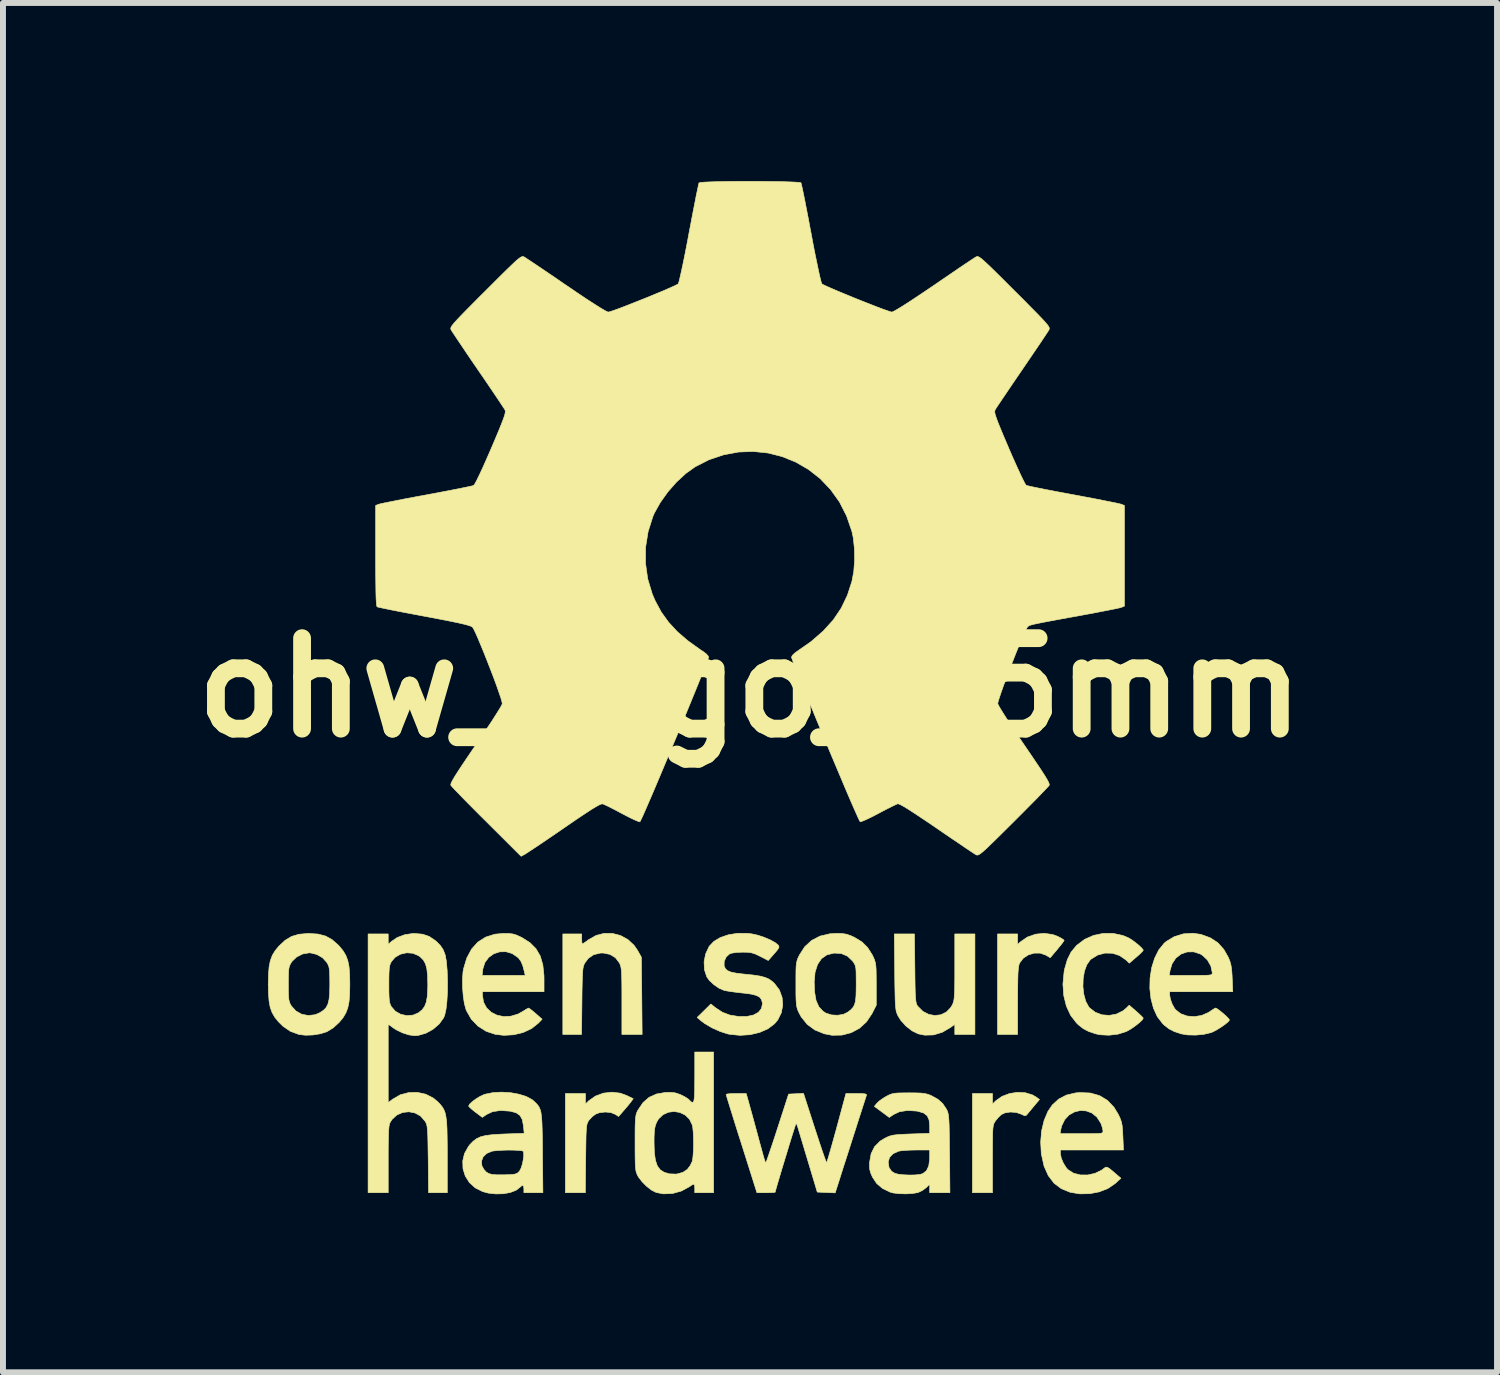
<source format=kicad_pcb>
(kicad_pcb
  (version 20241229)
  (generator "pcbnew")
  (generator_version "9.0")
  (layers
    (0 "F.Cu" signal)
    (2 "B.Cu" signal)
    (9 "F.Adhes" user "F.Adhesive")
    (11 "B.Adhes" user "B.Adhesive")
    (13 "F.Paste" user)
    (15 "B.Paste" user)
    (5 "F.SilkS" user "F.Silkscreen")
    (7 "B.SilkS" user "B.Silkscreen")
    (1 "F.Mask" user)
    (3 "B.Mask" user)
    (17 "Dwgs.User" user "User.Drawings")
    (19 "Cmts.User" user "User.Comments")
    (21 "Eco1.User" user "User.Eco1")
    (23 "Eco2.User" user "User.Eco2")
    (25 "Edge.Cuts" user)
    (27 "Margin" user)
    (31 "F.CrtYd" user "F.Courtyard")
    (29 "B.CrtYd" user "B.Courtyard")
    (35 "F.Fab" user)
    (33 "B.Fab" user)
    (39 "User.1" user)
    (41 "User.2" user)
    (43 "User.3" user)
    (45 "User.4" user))
  (footprint "ohw_logo_25mm"
    (layer "F.Cu")
    (at 9.587 8.537)
    (property "Reference" "ohw_logo_25mm" (at 0 0 0) (layer "F.SilkS") (effects (font (size 1.524 1.524) (thickness 0.3))))
    (attr through_hole)
    (fp_poly (pts (xy 5.101 4.159) (xy 5.182 4.189) (xy 5.242 4.22) (xy 5.281 4.245) (xy 5.292 4.257) (xy 5.279 4.279) (xy 5.245 4.325) (xy 5.195 4.386) (xy 5.175 4.411) (xy 5.058 4.549) (xy 4.983 4.505) (xy 4.889 4.472) (xy 4.787 4.472) (xy 4.688 4.502) (xy 4.603 4.558) (xy 4.543 4.637) (xy 4.538 4.649) (xy 4.528 4.682) (xy 4.521 4.733) (xy 4.515 4.808) (xy 4.512 4.909) (xy 4.51 5.043) (xy 4.509 5.213) (xy 4.508 5.28) (xy 4.508 5.842) (xy 4.17 5.842) (xy 4.17 4.149) (xy 4.508 4.149) (xy 4.508 4.325) (xy 4.556 4.282) (xy 4.674 4.201) (xy 4.811 4.153) (xy 4.956 4.138) (xy 5.101 4.159)) (stroke (width 0.01) (type solid)) (fill yes) (layer "F.SilkS"))
    (fp_poly (pts (xy -2.187 6.831) (xy -2.078 6.871) (xy -1.968 6.925) (xy -2.01 6.982) (xy -2.048 7.03) (xy -2.1 7.092) (xy -2.134 7.131) (xy -2.215 7.224) (xy -2.272 7.187) (xy -2.345 7.158) (xy -2.438 7.149) (xy -2.532 7.159) (xy -2.597 7.182) (xy -2.655 7.224) (xy -2.708 7.28) (xy -2.713 7.286) (xy -2.728 7.308) (xy -2.739 7.331) (xy -2.748 7.36) (xy -2.754 7.401) (xy -2.759 7.459) (xy -2.763 7.538) (xy -2.765 7.645) (xy -2.767 7.785) (xy -2.769 7.932) (xy -2.775 8.509) (xy -3.111 8.509) (xy -3.111 6.837) (xy -2.773 6.837) (xy -2.773 7.014) (xy -2.715 6.958) (xy -2.603 6.88) (xy -2.471 6.831) (xy -2.329 6.815) (xy -2.187 6.831)) (stroke (width 0.01) (type solid)) (fill yes) (layer "F.SilkS"))
    (fp_poly (pts (xy 4.637 6.824) (xy 4.757 6.86) (xy 4.826 6.9) (xy 4.877 6.939) (xy 4.793 7.038) (xy 4.742 7.1) (xy 4.698 7.153) (xy 4.676 7.18) (xy 4.652 7.206) (xy 4.628 7.211) (xy 4.588 7.194) (xy 4.57 7.185) (xy 4.484 7.156) (xy 4.387 7.149) (xy 4.296 7.163) (xy 4.236 7.191) (xy 4.186 7.237) (xy 4.137 7.296) (xy 4.133 7.302) (xy 4.119 7.325) (xy 4.107 7.348) (xy 4.099 7.378) (xy 4.093 7.42) (xy 4.089 7.478) (xy 4.087 7.56) (xy 4.086 7.669) (xy 4.085 7.811) (xy 4.085 7.941) (xy 4.085 8.509) (xy 3.747 8.509) (xy 3.747 6.837) (xy 4.085 6.837) (xy 4.085 7.014) (xy 4.143 6.958) (xy 4.247 6.885) (xy 4.371 6.838) (xy 4.505 6.817) (xy 4.637 6.824)) (stroke (width 0.01) (type solid)) (fill yes) (layer "F.SilkS"))
    (fp_poly (pts (xy -2.318 4.14) (xy -2.183 4.175) (xy -2.059 4.242) (xy -1.954 4.34) (xy -1.896 4.424) (xy -1.831 4.54) (xy -1.824 5.191) (xy -1.818 5.842) (xy -2.159 5.842) (xy -2.159 5.28) (xy -2.159 5.11) (xy -2.16 4.976) (xy -2.162 4.874) (xy -2.165 4.798) (xy -2.17 4.742) (xy -2.177 4.7) (xy -2.186 4.669) (xy -2.199 4.641) (xy -2.202 4.635) (xy -2.268 4.549) (xy -2.36 4.493) (xy -2.472 4.47) (xy -2.524 4.471) (xy -2.637 4.499) (xy -2.726 4.561) (xy -2.783 4.638) (xy -2.796 4.662) (xy -2.806 4.691) (xy -2.814 4.728) (xy -2.82 4.781) (xy -2.824 4.853) (xy -2.827 4.951) (xy -2.83 5.079) (xy -2.832 5.244) (xy -2.832 5.276) (xy -2.839 5.842) (xy -3.154 5.842) (xy -3.154 4.149) (xy -2.836 4.149) (xy -2.836 4.233) (xy -2.834 4.286) (xy -2.828 4.316) (xy -2.826 4.318) (xy -2.805 4.306) (xy -2.761 4.276) (xy -2.721 4.246) (xy -2.594 4.174) (xy -2.458 4.139) (xy -2.318 4.14)) (stroke (width 0.01) (type solid)) (fill yes) (layer "F.SilkS"))
    (fp_poly (pts (xy 2.777 4.729) (xy 2.779 4.902) (xy 2.781 5.037) (xy 2.784 5.141) (xy 2.788 5.217) (xy 2.793 5.272) (xy 2.8 5.311) (xy 2.808 5.338) (xy 2.82 5.358) (xy 2.827 5.368) (xy 2.912 5.453) (xy 3.01 5.504) (xy 3.114 5.523) (xy 3.216 5.51) (xy 3.308 5.465) (xy 3.382 5.388) (xy 3.408 5.345) (xy 3.421 5.315) (xy 3.431 5.283) (xy 3.438 5.242) (xy 3.443 5.188) (xy 3.447 5.114) (xy 3.449 5.014) (xy 3.45 4.885) (xy 3.45 4.718) (xy 3.45 4.703) (xy 3.45 4.149) (xy 3.789 4.149) (xy 3.789 5.842) (xy 3.45 5.842) (xy 3.45 5.671) (xy 3.381 5.722) (xy 3.24 5.805) (xy 3.092 5.85) (xy 2.943 5.854) (xy 2.834 5.832) (xy 2.73 5.781) (xy 2.627 5.701) (xy 2.54 5.604) (xy 2.494 5.53) (xy 2.48 5.5) (xy 2.469 5.47) (xy 2.46 5.435) (xy 2.454 5.39) (xy 2.449 5.33) (xy 2.445 5.249) (xy 2.443 5.142) (xy 2.44 5.004) (xy 2.438 4.831) (xy 2.438 4.789) (xy 2.431 4.149) (xy 2.77 4.149) (xy 2.777 4.729)) (stroke (width 0.01) (type solid)) (fill yes) (layer "F.SilkS"))
    (fp_poly (pts (xy 6.121 4.14) (xy 6.285 4.176) (xy 6.377 4.215) (xy 6.432 4.248) (xy 6.494 4.294) (xy 6.553 4.342) (xy 6.6 4.387) (xy 6.624 4.418) (xy 6.625 4.424) (xy 6.61 4.444) (xy 6.571 4.484) (xy 6.515 4.534) (xy 6.507 4.54) (xy 6.39 4.641) (xy 6.333 4.586) (xy 6.227 4.513) (xy 6.107 4.474) (xy 5.982 4.471) (xy 5.86 4.503) (xy 5.75 4.57) (xy 5.73 4.588) (xy 5.674 4.668) (xy 5.634 4.777) (xy 5.613 4.903) (xy 5.609 5.037) (xy 5.624 5.167) (xy 5.656 5.284) (xy 5.707 5.378) (xy 5.721 5.394) (xy 5.816 5.468) (xy 5.929 5.511) (xy 6.052 5.521) (xy 6.173 5.499) (xy 6.284 5.444) (xy 6.333 5.404) (xy 6.389 5.35) (xy 6.507 5.452) (xy 6.564 5.503) (xy 6.606 5.544) (xy 6.625 5.567) (xy 6.625 5.568) (xy 6.609 5.596) (xy 6.565 5.639) (xy 6.504 5.688) (xy 6.435 5.737) (xy 6.368 5.778) (xy 6.338 5.793) (xy 6.2 5.837) (xy 6.046 5.855) (xy 5.895 5.847) (xy 5.826 5.832) (xy 5.708 5.793) (xy 5.617 5.746) (xy 5.535 5.682) (xy 5.503 5.651) (xy 5.403 5.522) (xy 5.33 5.365) (xy 5.286 5.188) (xy 5.272 4.995) (xy 5.291 4.793) (xy 5.301 4.738) (xy 5.346 4.582) (xy 5.409 4.455) (xy 5.497 4.348) (xy 5.505 4.34) (xy 5.637 4.24) (xy 5.789 4.173) (xy 5.953 4.139) (xy 6.121 4.14)) (stroke (width 0.01) (type solid)) (fill yes) (layer "F.SilkS"))
    (fp_poly (pts (xy -4.065 4.141) (xy -3.997 4.149) (xy -3.936 4.167) (xy -3.862 4.201) (xy -3.84 4.212) (xy -3.708 4.296) (xy -3.607 4.397) (xy -3.535 4.52) (xy -3.491 4.67) (xy -3.472 4.85) (xy -3.471 4.915) (xy -3.471 5.122) (xy -4.508 5.122) (xy -4.508 5.184) (xy -4.49 5.299) (xy -4.439 5.394) (xy -4.361 5.468) (xy -4.264 5.517) (xy -4.151 5.541) (xy -4.032 5.535) (xy -3.91 5.499) (xy -3.822 5.45) (xy -3.772 5.418) (xy -3.737 5.4) (xy -3.73 5.398) (xy -3.707 5.412) (xy -3.663 5.446) (xy -3.609 5.492) (xy -3.503 5.585) (xy -3.567 5.652) (xy -3.68 5.742) (xy -3.82 5.808) (xy -3.979 5.847) (xy -4.146 5.857) (xy -4.289 5.841) (xy -4.446 5.789) (xy -4.583 5.702) (xy -4.696 5.585) (xy -4.778 5.441) (xy -4.786 5.42) (xy -4.813 5.321) (xy -4.832 5.194) (xy -4.843 5.054) (xy -4.845 4.914) (xy -4.84 4.847) (xy -4.514 4.847) (xy -3.788 4.847) (xy -3.801 4.789) (xy -3.828 4.686) (xy -3.858 4.614) (xy -3.896 4.56) (xy -3.911 4.545) (xy -4.007 4.479) (xy -4.112 4.448) (xy -4.218 4.45) (xy -4.318 4.483) (xy -4.403 4.544) (xy -4.467 4.63) (xy -4.502 4.739) (xy -4.503 4.752) (xy -4.514 4.847) (xy -4.84 4.847) (xy -4.836 4.79) (xy -4.827 4.737) (xy -4.772 4.554) (xy -4.691 4.403) (xy -4.585 4.285) (xy -4.454 4.202) (xy -4.3 4.153) (xy -4.157 4.14) (xy -4.065 4.141)) (stroke (width 0.01) (type solid)) (fill yes) (layer "F.SilkS"))
    (fp_poly (pts (xy 5.734 6.829) (xy 5.889 6.873) (xy 6.022 6.953) (xy 6.132 7.069) (xy 6.205 7.189) (xy 6.236 7.256) (xy 6.257 7.315) (xy 6.27 7.379) (xy 6.277 7.461) (xy 6.282 7.558) (xy 6.292 7.789) (xy 5.228 7.789) (xy 5.229 7.848) (xy 5.243 7.924) (xy 5.279 8.01) (xy 5.328 8.088) (xy 5.358 8.121) (xy 5.451 8.18) (xy 5.565 8.209) (xy 5.688 8.21) (xy 5.811 8.183) (xy 5.924 8.129) (xy 5.973 8.091) (xy 5.995 8.078) (xy 6.019 8.08) (xy 6.055 8.101) (xy 6.111 8.146) (xy 6.129 8.162) (xy 6.249 8.265) (xy 6.15 8.355) (xy 6.03 8.437) (xy 5.885 8.494) (xy 5.723 8.525) (xy 5.555 8.528) (xy 5.393 8.501) (xy 5.244 8.44) (xy 5.121 8.347) (xy 5.025 8.22) (xy 4.954 8.061) (xy 4.911 7.868) (xy 4.907 7.844) (xy 4.897 7.652) (xy 4.909 7.514) (xy 5.223 7.514) (xy 5.586 7.514) (xy 5.717 7.514) (xy 5.812 7.513) (xy 5.877 7.511) (xy 5.917 7.506) (xy 5.938 7.498) (xy 5.946 7.486) (xy 5.947 7.47) (xy 5.947 7.467) (xy 5.938 7.418) (xy 5.917 7.353) (xy 5.908 7.333) (xy 5.843 7.233) (xy 5.76 7.166) (xy 5.664 7.13) (xy 5.563 7.124) (xy 5.465 7.148) (xy 5.375 7.199) (xy 5.302 7.278) (xy 5.251 7.382) (xy 5.238 7.435) (xy 5.223 7.514) (xy 4.909 7.514) (xy 4.913 7.465) (xy 4.955 7.291) (xy 5.019 7.139) (xy 5.093 7.03) (xy 5.202 6.93) (xy 5.332 6.863) (xy 5.486 6.827) (xy 5.556 6.821) (xy 5.734 6.829)) (stroke (width 0.01) (type solid)) (fill yes) (layer "F.SilkS"))
    (fp_poly (pts (xy 1.556 4.142) (xy 1.629 4.154) (xy 1.702 4.18) (xy 1.762 4.208) (xy 1.885 4.283) (xy 1.981 4.378) (xy 2.06 4.502) (xy 2.08 4.544) (xy 2.098 4.586) (xy 2.11 4.628) (xy 2.119 4.678) (xy 2.124 4.745) (xy 2.126 4.836) (xy 2.127 4.959) (xy 2.127 4.997) (xy 2.127 5.349) (xy 2.053 5.494) (xy 1.961 5.631) (xy 1.842 5.739) (xy 1.702 5.813) (xy 1.547 5.853) (xy 1.382 5.856) (xy 1.251 5.831) (xy 1.093 5.767) (xy 0.964 5.673) (xy 0.862 5.546) (xy 0.817 5.462) (xy 0.801 5.423) (xy 0.789 5.382) (xy 0.781 5.331) (xy 0.776 5.263) (xy 0.773 5.171) (xy 0.773 5.046) (xy 0.773 4.995) (xy 0.773 4.956) (xy 1.081 4.956) (xy 1.088 5.128) (xy 1.112 5.268) (xy 1.159 5.375) (xy 1.229 5.451) (xy 1.279 5.483) (xy 1.373 5.513) (xy 1.477 5.519) (xy 1.576 5.502) (xy 1.645 5.468) (xy 1.698 5.427) (xy 1.736 5.386) (xy 1.761 5.34) (xy 1.777 5.28) (xy 1.785 5.198) (xy 1.788 5.086) (xy 1.789 4.997) (xy 1.788 4.876) (xy 1.787 4.79) (xy 1.783 4.729) (xy 1.775 4.687) (xy 1.762 4.656) (xy 1.743 4.626) (xy 1.728 4.605) (xy 1.641 4.522) (xy 1.537 4.478) (xy 1.414 4.471) (xy 1.412 4.472) (xy 1.295 4.501) (xy 1.204 4.565) (xy 1.138 4.662) (xy 1.096 4.793) (xy 1.081 4.956) (xy 0.773 4.956) (xy 0.773 4.861) (xy 0.774 4.762) (xy 0.777 4.689) (xy 0.784 4.635) (xy 0.794 4.592) (xy 0.809 4.552) (xy 0.83 4.508) (xy 0.832 4.504) (xy 0.922 4.364) (xy 1.038 4.258) (xy 1.18 4.185) (xy 1.346 4.146) (xy 1.462 4.139) (xy 1.556 4.142)) (stroke (width 0.01) (type solid)) (fill yes) (layer "F.SilkS"))
    (fp_poly (pts (xy 7.595 4.156) (xy 7.753 4.213) (xy 7.881 4.296) (xy 7.983 4.41) (xy 8.057 4.54) (xy 8.085 4.608) (xy 8.103 4.674) (xy 8.115 4.75) (xy 8.122 4.851) (xy 8.124 4.895) (xy 8.133 5.122) (xy 7.07 5.122) (xy 7.07 5.176) (xy 7.082 5.246) (xy 7.112 5.329) (xy 7.153 5.403) (xy 7.171 5.426) (xy 7.258 5.494) (xy 7.366 5.532) (xy 7.486 5.542) (xy 7.609 5.522) (xy 7.724 5.472) (xy 7.761 5.447) (xy 7.808 5.416) (xy 7.84 5.398) (xy 7.844 5.397) (xy 7.871 5.41) (xy 7.916 5.443) (xy 7.969 5.486) (xy 8.021 5.532) (xy 8.06 5.572) (xy 8.078 5.597) (xy 8.078 5.599) (xy 8.055 5.629) (xy 8.005 5.671) (xy 7.938 5.718) (xy 7.866 5.763) (xy 7.799 5.798) (xy 7.768 5.811) (xy 7.646 5.84) (xy 7.507 5.853) (xy 7.372 5.85) (xy 7.265 5.832) (xy 7.148 5.793) (xy 7.058 5.747) (xy 6.979 5.685) (xy 6.951 5.658) (xy 6.862 5.542) (xy 6.797 5.399) (xy 6.755 5.238) (xy 6.736 5.066) (xy 6.74 4.891) (xy 6.747 4.847) (xy 7.064 4.847) (xy 7.427 4.847) (xy 7.558 4.847) (xy 7.653 4.846) (xy 7.718 4.844) (xy 7.758 4.839) (xy 7.779 4.831) (xy 7.787 4.819) (xy 7.788 4.803) (xy 7.788 4.8) (xy 7.764 4.688) (xy 7.706 4.587) (xy 7.621 4.507) (xy 7.586 4.486) (xy 7.474 4.45) (xy 7.363 4.452) (xy 7.261 4.488) (xy 7.174 4.556) (xy 7.111 4.651) (xy 7.078 4.758) (xy 7.064 4.847) (xy 6.747 4.847) (xy 6.767 4.719) (xy 6.816 4.56) (xy 6.886 4.419) (xy 6.978 4.305) (xy 7.013 4.275) (xy 7.149 4.194) (xy 7.302 4.147) (xy 7.463 4.137) (xy 7.595 4.156)) (stroke (width 0.01) (type solid)) (fill yes) (layer "F.SilkS"))
    (fp_poly (pts (xy -7.276 4.151) (xy -7.15 4.185) (xy -7.04 4.246) (xy -6.935 4.339) (xy -6.921 4.354) (xy -6.857 4.432) (xy -6.81 4.51) (xy -6.777 4.598) (xy -6.756 4.702) (xy -6.746 4.832) (xy -6.743 4.995) (xy -6.743 4.995) (xy -6.746 5.159) (xy -6.756 5.289) (xy -6.777 5.393) (xy -6.81 5.48) (xy -6.857 5.559) (xy -6.921 5.637) (xy -6.921 5.637) (xy -7.021 5.729) (xy -7.124 5.793) (xy -7.135 5.798) (xy -7.24 5.831) (xy -7.365 5.851) (xy -7.49 5.855) (xy -7.597 5.843) (xy -7.604 5.841) (xy -7.745 5.789) (xy -7.869 5.704) (xy -7.945 5.629) (xy -8.007 5.552) (xy -8.053 5.472) (xy -8.085 5.383) (xy -8.104 5.275) (xy -8.114 5.14) (xy -8.117 4.995) (xy -7.779 4.995) (xy -7.778 5.113) (xy -7.776 5.196) (xy -7.77 5.255) (xy -7.76 5.298) (xy -7.745 5.334) (xy -7.729 5.361) (xy -7.653 5.446) (xy -7.555 5.501) (xy -7.444 5.523) (xy -7.33 5.51) (xy -7.251 5.477) (xy -7.188 5.436) (xy -7.143 5.39) (xy -7.112 5.331) (xy -7.093 5.253) (xy -7.083 5.149) (xy -7.08 5.009) (xy -7.08 4.995) (xy -7.081 4.878) (xy -7.083 4.795) (xy -7.089 4.736) (xy -7.098 4.693) (xy -7.114 4.657) (xy -7.131 4.628) (xy -7.203 4.549) (xy -7.299 4.494) (xy -7.407 4.468) (xy -7.429 4.467) (xy -7.538 4.486) (xy -7.638 4.536) (xy -7.716 4.61) (xy -7.728 4.628) (xy -7.749 4.664) (xy -7.763 4.7) (xy -7.772 4.746) (xy -7.776 4.808) (xy -7.778 4.898) (xy -7.779 4.995) (xy -8.117 4.995) (xy -8.113 4.832) (xy -8.103 4.702) (xy -8.082 4.598) (xy -8.049 4.51) (xy -8.002 4.432) (xy -7.938 4.354) (xy -7.938 4.354) (xy -7.833 4.256) (xy -7.725 4.191) (xy -7.601 4.154) (xy -7.452 4.141) (xy -7.429 4.141) (xy -7.276 4.151)) (stroke (width 0.01) (type solid)) (fill yes) (layer "F.SilkS"))
    (fp_poly (pts (xy -0.614 8.509) (xy -0.931 8.509) (xy -0.931 8.435) (xy -0.934 8.383) (xy -0.947 8.365) (xy -0.98 8.378) (xy -1.016 8.404) (xy -1.156 8.48) (xy -1.307 8.522) (xy -1.46 8.528) (xy -1.583 8.504) (xy -1.658 8.466) (xy -1.741 8.402) (xy -1.819 8.324) (xy -1.88 8.244) (xy -1.89 8.226) (xy -1.905 8.195) (xy -1.917 8.163) (xy -1.925 8.124) (xy -1.931 8.072) (xy -1.934 8) (xy -1.936 7.902) (xy -1.937 7.772) (xy -1.937 7.673) (xy -1.617 7.673) (xy -1.612 7.835) (xy -1.594 7.961) (xy -1.563 8.054) (xy -1.515 8.121) (xy -1.449 8.164) (xy -1.361 8.19) (xy -1.355 8.191) (xy -1.238 8.195) (xy -1.132 8.166) (xy -1.057 8.116) (xy -1.009 8.054) (xy -0.975 7.983) (xy -0.972 7.975) (xy -0.962 7.91) (xy -0.955 7.817) (xy -0.952 7.707) (xy -0.953 7.594) (xy -0.957 7.489) (xy -0.965 7.406) (xy -0.973 7.368) (xy -1.02 7.271) (xy -1.092 7.2) (xy -1.181 7.157) (xy -1.279 7.14) (xy -1.377 7.153) (xy -1.466 7.194) (xy -1.54 7.264) (xy -1.573 7.32) (xy -1.593 7.371) (xy -1.606 7.424) (xy -1.613 7.491) (xy -1.617 7.582) (xy -1.617 7.673) (xy -1.937 7.673) (xy -1.937 7.52) (xy -1.936 7.403) (xy -1.933 7.315) (xy -1.929 7.252) (xy -1.922 7.205) (xy -1.913 7.17) (xy -1.9 7.139) (xy -1.89 7.12) (xy -1.804 6.992) (xy -1.7 6.901) (xy -1.575 6.845) (xy -1.428 6.82) (xy -1.334 6.818) (xy -1.261 6.826) (xy -1.191 6.849) (xy -1.17 6.857) (xy -1.102 6.891) (xy -1.046 6.926) (xy -1.025 6.945) (xy -0.995 6.975) (xy -0.972 6.988) (xy -0.956 6.981) (xy -0.944 6.95) (xy -0.937 6.89) (xy -0.933 6.798) (xy -0.932 6.671) (xy -0.931 6.562) (xy -0.931 6.138) (xy -0.614 6.138) (xy -0.614 8.509)) (stroke (width 0.01) (type solid)) (fill yes) (layer "F.SilkS"))
    (fp_poly (pts (xy 0.032 4.148) (xy 0.132 4.17) (xy 0.239 4.206) (xy 0.34 4.249) (xy 0.422 4.294) (xy 0.471 4.333) (xy 0.486 4.355) (xy 0.486 4.379) (xy 0.466 4.412) (xy 0.422 4.465) (xy 0.406 4.483) (xy 0.307 4.596) (xy 0.171 4.526) (xy 0.092 4.488) (xy 0.027 4.467) (xy -0.044 4.457) (xy -0.127 4.456) (xy -0.227 4.46) (xy -0.306 4.472) (xy -0.345 4.485) (xy -0.401 4.536) (xy -0.435 4.609) (xy -0.437 4.685) (xy -0.436 4.688) (xy -0.416 4.733) (xy -0.38 4.767) (xy -0.319 4.792) (xy -0.23 4.81) (xy -0.105 4.825) (xy -0.083 4.827) (xy 0.061 4.842) (xy 0.17 4.859) (xy 0.254 4.881) (xy 0.32 4.91) (xy 0.376 4.95) (xy 0.414 4.986) (xy 0.495 5.094) (xy 0.54 5.218) (xy 0.551 5.348) (xy 0.527 5.477) (xy 0.468 5.596) (xy 0.414 5.661) (xy 0.302 5.746) (xy 0.162 5.808) (xy 0.002 5.846) (xy -0.168 5.857) (xy -0.34 5.84) (xy -0.375 5.833) (xy -0.504 5.792) (xy -0.64 5.731) (xy -0.763 5.659) (xy -0.824 5.613) (xy -0.891 5.556) (xy -0.776 5.443) (xy -0.66 5.329) (xy -0.579 5.394) (xy -0.466 5.468) (xy -0.343 5.515) (xy -0.196 5.539) (xy -0.188 5.54) (xy -0.054 5.539) (xy 0.057 5.515) (xy 0.14 5.47) (xy 0.192 5.406) (xy 0.209 5.326) (xy 0.208 5.311) (xy 0.194 5.256) (xy 0.162 5.214) (xy 0.105 5.184) (xy 0.018 5.162) (xy -0.104 5.146) (xy -0.127 5.144) (xy -0.231 5.132) (xy -0.329 5.119) (xy -0.407 5.106) (xy -0.438 5.099) (xy -0.522 5.063) (xy -0.609 5.003) (xy -0.685 4.933) (xy -0.729 4.871) (xy -0.768 4.752) (xy -0.774 4.619) (xy -0.748 4.485) (xy -0.69 4.361) (xy -0.688 4.357) (xy -0.61 4.275) (xy -0.501 4.209) (xy -0.366 4.163) (xy -0.215 4.139) (xy -0.054 4.138) (xy 0.032 4.148)) (stroke (width 0.01) (type solid)) (fill yes) (layer "F.SilkS"))
    (fp_poly (pts (xy 2.796 6.827) (xy 2.881 6.83) (xy 2.945 6.838) (xy 2.995 6.85) (xy 3.044 6.868) (xy 3.058 6.875) (xy 3.165 6.934) (xy 3.243 7.003) (xy 3.305 7.094) (xy 3.309 7.101) (xy 3.322 7.127) (xy 3.332 7.154) (xy 3.34 7.188) (xy 3.346 7.234) (xy 3.351 7.296) (xy 3.355 7.38) (xy 3.357 7.491) (xy 3.359 7.633) (xy 3.361 7.811) (xy 3.362 7.848) (xy 3.368 8.509) (xy 3.027 8.509) (xy 3.027 8.364) (xy 2.967 8.424) (xy 2.905 8.47) (xy 2.832 8.505) (xy 2.824 8.507) (xy 2.735 8.522) (xy 2.627 8.528) (xy 2.514 8.525) (xy 2.415 8.513) (xy 2.364 8.5) (xy 2.233 8.437) (xy 2.134 8.353) (xy 2.063 8.246) (xy 2.03 8.169) (xy 2.014 8.102) (xy 2.013 8.025) (xy 2.014 7.995) (xy 2.328 7.995) (xy 2.342 8.085) (xy 2.385 8.148) (xy 2.441 8.182) (xy 2.502 8.198) (xy 2.589 8.207) (xy 2.689 8.211) (xy 2.786 8.209) (xy 2.867 8.2) (xy 2.911 8.187) (xy 2.973 8.138) (xy 3.011 8.058) (xy 3.026 7.943) (xy 3.027 7.917) (xy 3.027 7.789) (xy 2.799 7.789) (xy 2.697 7.791) (xy 2.603 7.796) (xy 2.53 7.804) (xy 2.499 7.81) (xy 2.409 7.852) (xy 2.351 7.913) (xy 2.328 7.99) (xy 2.328 7.995) (xy 2.014 7.995) (xy 2.015 7.993) (xy 2.041 7.849) (xy 2.099 7.732) (xy 2.192 7.639) (xy 2.269 7.592) (xy 2.318 7.568) (xy 2.363 7.551) (xy 2.412 7.539) (xy 2.476 7.531) (xy 2.562 7.525) (xy 2.68 7.52) (xy 2.707 7.519) (xy 3.027 7.508) (xy 3.027 7.385) (xy 3.017 7.283) (xy 2.985 7.212) (xy 2.924 7.165) (xy 2.829 7.137) (xy 2.808 7.133) (xy 2.652 7.123) (xy 2.518 7.144) (xy 2.42 7.19) (xy 2.346 7.24) (xy 2.221 7.147) (xy 2.095 7.054) (xy 2.136 7.003) (xy 2.177 6.964) (xy 2.24 6.919) (xy 2.289 6.889) (xy 2.338 6.863) (xy 2.38 6.846) (xy 2.426 6.835) (xy 2.485 6.829) (xy 2.567 6.827) (xy 2.678 6.826) (xy 2.796 6.827)) (stroke (width 0.01) (type solid)) (fill yes) (layer "F.SilkS"))
    (fp_poly (pts (xy -4.036 6.823) (xy -3.894 6.849) (xy -3.769 6.888) (xy -3.671 6.941) (xy -3.648 6.96) (xy -3.61 6.996) (xy -3.579 7.029) (xy -3.555 7.064) (xy -3.536 7.107) (xy -3.522 7.161) (xy -3.513 7.233) (xy -3.506 7.326) (xy -3.502 7.446) (xy -3.499 7.597) (xy -3.497 7.784) (xy -3.497 7.837) (xy -3.49 8.509) (xy -3.81 8.509) (xy -3.81 8.445) (xy -3.817 8.395) (xy -3.839 8.385) (xy -3.874 8.415) (xy -3.876 8.417) (xy -3.943 8.468) (xy -4.04 8.505) (xy -4.157 8.526) (xy -4.284 8.529) (xy -4.411 8.515) (xy -4.504 8.49) (xy -4.63 8.427) (xy -4.729 8.337) (xy -4.798 8.227) (xy -4.836 8.105) (xy -4.84 7.977) (xy -4.525 7.977) (xy -4.518 8.055) (xy -4.484 8.116) (xy -4.447 8.158) (xy -4.404 8.185) (xy -4.348 8.201) (xy -4.27 8.207) (xy -4.159 8.207) (xy -4.142 8.207) (xy -4.045 8.204) (xy -3.981 8.199) (xy -3.94 8.189) (xy -3.912 8.173) (xy -3.887 8.148) (xy -3.885 8.146) (xy -3.859 8.098) (xy -3.836 8.028) (xy -3.82 7.948) (xy -3.812 7.875) (xy -3.816 7.821) (xy -3.821 7.81) (xy -3.847 7.801) (xy -3.905 7.795) (xy -3.986 7.791) (xy -4.078 7.79) (xy -4.173 7.793) (xy -4.261 7.798) (xy -4.33 7.806) (xy -4.35 7.81) (xy -4.438 7.847) (xy -4.497 7.905) (xy -4.525 7.977) (xy -4.84 7.977) (xy -4.841 7.976) (xy -4.811 7.849) (xy -4.744 7.729) (xy -4.719 7.697) (xy -4.664 7.641) (xy -4.607 7.598) (xy -4.541 7.567) (xy -4.458 7.546) (xy -4.352 7.532) (xy -4.214 7.523) (xy -4.13 7.519) (xy -3.805 7.508) (xy -3.818 7.379) (xy -3.837 7.277) (xy -3.875 7.208) (xy -3.938 7.163) (xy -4.034 7.136) (xy -4.051 7.134) (xy -4.205 7.123) (xy -4.338 7.143) (xy -4.437 7.189) (xy -4.51 7.239) (xy -4.626 7.152) (xy -4.684 7.106) (xy -4.725 7.069) (xy -4.741 7.049) (xy -4.741 7.048) (xy -4.724 7.016) (xy -4.679 6.974) (xy -4.616 6.927) (xy -4.547 6.885) (xy -4.48 6.854) (xy -4.464 6.849) (xy -4.331 6.822) (xy -4.185 6.814) (xy -4.036 6.823)) (stroke (width 0.01) (type solid)) (fill yes) (layer "F.SilkS"))
    (fp_poly (pts (xy 1.089 7.418) (xy 1.138 7.567) (xy 1.182 7.701) (xy 1.221 7.817) (xy 1.253 7.909) (xy 1.276 7.971) (xy 1.288 8) (xy 1.29 8.001) (xy 1.298 7.981) (xy 1.316 7.926) (xy 1.341 7.84) (xy 1.373 7.728) (xy 1.41 7.596) (xy 1.451 7.449) (xy 1.459 7.419) (xy 1.616 6.837) (xy 1.795 6.837) (xy 1.885 6.838) (xy 1.94 6.844) (xy 1.962 6.854) (xy 1.963 6.863) (xy 1.955 6.887) (xy 1.936 6.946) (xy 1.907 7.035) (xy 1.871 7.148) (xy 1.828 7.28) (xy 1.782 7.426) (xy 1.732 7.581) (xy 1.682 7.738) (xy 1.632 7.894) (xy 1.584 8.042) (xy 1.541 8.177) (xy 1.504 8.295) (xy 1.474 8.389) (xy 1.457 8.441) (xy 1.435 8.511) (xy 1.284 8.505) (xy 1.133 8.498) (xy 0.971 7.959) (xy 0.927 7.813) (xy 0.887 7.679) (xy 0.852 7.562) (xy 0.824 7.469) (xy 0.805 7.406) (xy 0.796 7.378) (xy 0.783 7.349) (xy 0.773 7.348) (xy 0.765 7.369) (xy 0.747 7.425) (xy 0.72 7.509) (xy 0.687 7.615) (xy 0.65 7.736) (xy 0.611 7.866) (xy 0.57 7.999) (xy 0.531 8.128) (xy 0.496 8.247) (xy 0.465 8.35) (xy 0.442 8.431) (xy 0.427 8.483) (xy 0.423 8.5) (xy 0.404 8.504) (xy 0.353 8.507) (xy 0.28 8.509) (xy 0.27 8.509) (xy 0.116 8.508) (xy -0.143 7.688) (xy -0.2 7.51) (xy -0.252 7.345) (xy -0.298 7.196) (xy -0.338 7.068) (xy -0.369 6.967) (xy -0.391 6.895) (xy -0.402 6.857) (xy -0.403 6.853) (xy -0.383 6.845) (xy -0.331 6.84) (xy -0.257 6.837) (xy -0.233 6.837) (xy -0.065 6.837) (xy -0.033 6.948) (xy -0.018 7.002) (xy 0.006 7.089) (xy 0.037 7.201) (xy 0.072 7.329) (xy 0.109 7.465) (xy 0.117 7.493) (xy 0.159 7.651) (xy 0.193 7.773) (xy 0.217 7.863) (xy 0.235 7.925) (xy 0.248 7.965) (xy 0.256 7.988) (xy 0.262 7.996) (xy 0.266 7.996) (xy 0.27 7.992) (xy 0.271 7.991) (xy 0.281 7.968) (xy 0.301 7.911) (xy 0.331 7.823) (xy 0.369 7.711) (xy 0.413 7.579) (xy 0.46 7.434) (xy 0.467 7.413) (xy 0.65 6.847) (xy 0.775 6.841) (xy 0.901 6.835) (xy 1.089 7.418)) (stroke (width 0.01) (type solid)) (fill yes) (layer "F.SilkS"))
    (fp_poly (pts (xy -5.516 4.153) (xy -5.404 4.192) (xy -5.299 4.263) (xy -5.284 4.276) (xy -5.217 4.344) (xy -5.169 4.416) (xy -5.136 4.502) (xy -5.116 4.611) (xy -5.104 4.753) (xy -5.103 4.757) (xy -5.097 4.949) (xy -5.098 5.126) (xy -5.107 5.284) (xy -5.122 5.416) (xy -5.144 5.515) (xy -5.161 5.559) (xy -5.236 5.664) (xy -5.34 5.754) (xy -5.461 5.821) (xy -5.589 5.858) (xy -5.652 5.863) (xy -5.746 5.85) (xy -5.853 5.816) (xy -5.957 5.766) (xy -6.004 5.736) (xy -6.096 5.67) (xy -6.096 6.99) (xy -6.022 6.934) (xy -5.893 6.859) (xy -5.751 6.821) (xy -5.606 6.818) (xy -5.464 6.849) (xy -5.335 6.915) (xy -5.262 6.976) (xy -5.219 7.021) (xy -5.185 7.063) (xy -5.158 7.109) (xy -5.137 7.164) (xy -5.123 7.231) (xy -5.112 7.318) (xy -5.106 7.427) (xy -5.103 7.565) (xy -5.101 7.737) (xy -5.101 7.888) (xy -5.101 8.509) (xy -5.416 8.509) (xy -5.422 7.943) (xy -5.425 7.773) (xy -5.427 7.639) (xy -5.43 7.538) (xy -5.434 7.462) (xy -5.439 7.408) (xy -5.446 7.368) (xy -5.456 7.339) (xy -5.468 7.315) (xy -5.476 7.303) (xy -5.551 7.217) (xy -5.645 7.165) (xy -5.748 7.145) (xy -5.852 7.156) (xy -5.95 7.199) (xy -6.031 7.273) (xy -6.066 7.328) (xy -6.076 7.355) (xy -6.083 7.399) (xy -6.089 7.464) (xy -6.092 7.555) (xy -6.095 7.676) (xy -6.096 7.832) (xy -6.096 7.947) (xy -6.096 8.509) (xy -6.435 8.509) (xy -6.435 4.995) (xy -6.085 4.995) (xy -6.085 5.119) (xy -6.082 5.209) (xy -6.077 5.272) (xy -6.068 5.318) (xy -6.054 5.354) (xy -6.042 5.376) (xy -5.975 5.452) (xy -5.884 5.503) (xy -5.781 5.525) (xy -5.676 5.516) (xy -5.586 5.477) (xy -5.526 5.428) (xy -5.483 5.371) (xy -5.454 5.296) (xy -5.437 5.198) (xy -5.43 5.068) (xy -5.429 4.995) (xy -5.433 4.849) (xy -5.445 4.737) (xy -5.468 4.652) (xy -5.504 4.588) (xy -5.556 4.536) (xy -5.586 4.514) (xy -5.681 4.474) (xy -5.786 4.466) (xy -5.89 4.49) (xy -5.98 4.542) (xy -6.042 4.614) (xy -6.06 4.649) (xy -6.072 4.687) (xy -6.079 4.738) (xy -6.083 4.81) (xy -6.085 4.911) (xy -6.085 4.995) (xy -6.435 4.995) (xy -6.435 4.149) (xy -6.096 4.149) (xy -6.096 4.325) (xy -6.048 4.28) (xy -5.946 4.21) (xy -5.819 4.162) (xy -5.68 4.141) (xy -5.652 4.141) (xy -5.516 4.153)) (stroke (width 0.01) (type solid)) (fill yes) (layer "F.SilkS"))
    (fp_poly (pts (xy 0.221 -8.531) (xy 0.378 -8.529) (xy 0.522 -8.527) (xy 0.647 -8.523) (xy 0.748 -8.519) (xy 0.819 -8.514) (xy 0.856 -8.508) (xy 0.859 -8.506) (xy 0.866 -8.48) (xy 0.88 -8.417) (xy 0.9 -8.322) (xy 0.925 -8.199) (xy 0.953 -8.053) (xy 0.985 -7.889) (xy 1.018 -7.71) (xy 1.029 -7.656) (xy 1.064 -7.467) (xy 1.098 -7.294) (xy 1.13 -7.141) (xy 1.157 -7.011) (xy 1.18 -6.909) (xy 1.198 -6.839) (xy 1.209 -6.806) (xy 1.21 -6.804) (xy 1.239 -6.788) (xy 1.301 -6.759) (xy 1.39 -6.72) (xy 1.5 -6.673) (xy 1.624 -6.622) (xy 1.757 -6.567) (xy 1.892 -6.513) (xy 2.022 -6.462) (xy 2.142 -6.415) (xy 2.245 -6.376) (xy 2.326 -6.348) (xy 2.377 -6.331) (xy 2.391 -6.329) (xy 2.42 -6.341) (xy 2.481 -6.375) (xy 2.571 -6.43) (xy 2.685 -6.503) (xy 2.821 -6.593) (xy 2.976 -6.697) (xy 3.099 -6.78) (xy 3.249 -6.883) (xy 3.39 -6.979) (xy 3.517 -7.066) (xy 3.627 -7.14) (xy 3.714 -7.198) (xy 3.776 -7.239) (xy 3.807 -7.258) (xy 3.808 -7.259) (xy 3.821 -7.264) (xy 3.837 -7.265) (xy 3.857 -7.257) (xy 3.885 -7.239) (xy 3.923 -7.208) (xy 3.975 -7.161) (xy 4.044 -7.096) (xy 4.132 -7.01) (xy 4.242 -6.901) (xy 4.378 -6.765) (xy 4.46 -6.683) (xy 4.611 -6.533) (xy 4.733 -6.409) (xy 4.831 -6.31) (xy 4.907 -6.231) (xy 4.963 -6.171) (xy 5.002 -6.126) (xy 5.027 -6.093) (xy 5.04 -6.069) (xy 5.043 -6.051) (xy 5.04 -6.037) (xy 5.037 -6.03) (xy 5.019 -6.001) (xy 4.98 -5.942) (xy 4.923 -5.856) (xy 4.851 -5.749) (xy 4.766 -5.624) (xy 4.672 -5.486) (xy 4.583 -5.355) (xy 4.483 -5.209) (xy 4.39 -5.072) (xy 4.307 -4.949) (xy 4.236 -4.844) (xy 4.181 -4.762) (xy 4.144 -4.706) (xy 4.13 -4.682) (xy 4.124 -4.665) (xy 4.123 -4.641) (xy 4.13 -4.606) (xy 4.146 -4.556) (xy 4.171 -4.486) (xy 4.209 -4.392) (xy 4.259 -4.271) (xy 4.325 -4.116) (xy 4.361 -4.031) (xy 4.426 -3.881) (xy 4.488 -3.743) (xy 4.543 -3.623) (xy 4.589 -3.525) (xy 4.625 -3.454) (xy 4.648 -3.415) (xy 4.654 -3.409) (xy 4.682 -3.402) (xy 4.747 -3.387) (xy 4.844 -3.367) (xy 4.968 -3.342) (xy 5.113 -3.314) (xy 5.277 -3.283) (xy 5.45 -3.251) (xy 5.626 -3.218) (xy 5.791 -3.187) (xy 5.938 -3.158) (xy 6.064 -3.133) (xy 6.163 -3.113) (xy 6.23 -3.098) (xy 6.26 -3.09) (xy 6.308 -3.07) (xy 6.308 -1.375) (xy 6.26 -1.355) (xy 6.228 -1.346) (xy 6.16 -1.331) (xy 6.061 -1.311) (xy 5.936 -1.287) (xy 5.793 -1.259) (xy 5.635 -1.23) (xy 5.567 -1.217) (xy 5.355 -1.179) (xy 5.182 -1.147) (xy 5.042 -1.121) (xy 4.932 -1.1) (xy 4.848 -1.083) (xy 4.786 -1.07) (xy 4.743 -1.059) (xy 4.714 -1.05) (xy 4.696 -1.042) (xy 4.685 -1.033) (xy 4.676 -1.024) (xy 4.673 -1.02) (xy 4.652 -0.986) (xy 4.621 -0.918) (xy 4.58 -0.824) (xy 4.532 -0.71) (xy 4.479 -0.58) (xy 4.425 -0.442) (xy 4.37 -0.3) (xy 4.318 -0.162) (xy 4.27 -0.033) (xy 4.23 0.08) (xy 4.199 0.173) (xy 4.179 0.238) (xy 4.174 0.27) (xy 4.188 0.301) (xy 4.223 0.361) (xy 4.277 0.448) (xy 4.347 0.557) (xy 4.43 0.683) (xy 4.523 0.822) (xy 4.622 0.968) (xy 4.739 1.139) (xy 4.834 1.28) (xy 4.909 1.392) (xy 4.965 1.479) (xy 5.004 1.544) (xy 5.029 1.591) (xy 5.041 1.622) (xy 5.042 1.641) (xy 5.04 1.645) (xy 5.021 1.668) (xy 4.975 1.717) (xy 4.906 1.789) (xy 4.817 1.881) (xy 4.711 1.988) (xy 4.592 2.108) (xy 4.464 2.236) (xy 4.438 2.262) (xy 4.291 2.408) (xy 4.17 2.528) (xy 4.073 2.622) (xy 3.998 2.695) (xy 3.94 2.748) (xy 3.896 2.785) (xy 3.865 2.807) (xy 3.842 2.818) (xy 3.825 2.82) (xy 3.811 2.816) (xy 3.807 2.814) (xy 3.778 2.796) (xy 3.719 2.757) (xy 3.634 2.7) (xy 3.527 2.627) (xy 3.402 2.543) (xy 3.264 2.449) (xy 3.144 2.366) (xy 2.964 2.244) (xy 2.816 2.145) (xy 2.698 2.068) (xy 2.609 2.012) (xy 2.544 1.976) (xy 2.504 1.958) (xy 2.487 1.956) (xy 2.454 1.97) (xy 2.392 2) (xy 2.308 2.042) (xy 2.21 2.093) (xy 2.164 2.118) (xy 2.064 2.17) (xy 1.976 2.213) (xy 1.907 2.243) (xy 1.864 2.258) (xy 1.856 2.259) (xy 1.844 2.238) (xy 1.817 2.182) (xy 1.778 2.094) (xy 1.727 1.979) (xy 1.667 1.84) (xy 1.599 1.681) (xy 1.525 1.505) (xy 1.446 1.318) (xy 1.363 1.121) (xy 1.279 0.92) (xy 1.195 0.718) (xy 1.112 0.519) (xy 1.033 0.326) (xy 0.958 0.144) (xy 0.89 -0.024) (xy 0.83 -0.173) (xy 0.779 -0.3) (xy 0.739 -0.402) (xy 0.712 -0.474) (xy 0.699 -0.512) (xy 0.699 -0.516) (xy 0.715 -0.547) (xy 0.758 -0.587) (xy 0.788 -0.609) (xy 1.031 -0.779) (xy 1.234 -0.956) (xy 1.402 -1.141) (xy 1.536 -1.34) (xy 1.64 -1.556) (xy 1.716 -1.789) (xy 1.748 -1.958) (xy 1.762 -2.148) (xy 1.759 -2.344) (xy 1.739 -2.528) (xy 1.716 -2.635) (xy 1.627 -2.894) (xy 1.507 -3.13) (xy 1.357 -3.339) (xy 1.183 -3.522) (xy 0.987 -3.676) (xy 0.773 -3.8) (xy 0.545 -3.893) (xy 0.306 -3.954) (xy 0.058 -3.98) (xy -0.193 -3.971) (xy -0.445 -3.924) (xy -0.694 -3.84) (xy -0.925 -3.722) (xy -1.083 -3.609) (xy -1.239 -3.465) (xy -1.385 -3.299) (xy -1.511 -3.122) (xy -1.611 -2.944) (xy -1.637 -2.884) (xy -1.718 -2.628) (xy -1.76 -2.364) (xy -1.761 -2.097) (xy -1.724 -1.833) (xy -1.647 -1.578) (xy -1.597 -1.462) (xy -1.495 -1.274) (xy -1.372 -1.103) (xy -1.225 -0.944) (xy -1.047 -0.791) (xy -0.834 -0.638) (xy -0.788 -0.609) (xy -0.737 -0.569) (xy -0.704 -0.532) (xy -0.699 -0.517) (xy -0.706 -0.489) (xy -0.729 -0.427) (xy -0.765 -0.335) (xy -0.813 -0.215) (xy -0.87 -0.072) (xy -0.936 0.09) (xy -1.009 0.268) (xy -1.087 0.458) (xy -1.169 0.656) (xy -1.253 0.857) (xy -1.337 1.059) (xy -1.421 1.257) (xy -1.501 1.448) (xy -1.577 1.628) (xy -1.647 1.793) (xy -1.71 1.938) (xy -1.763 2.061) (xy -1.806 2.158) (xy -1.837 2.224) (xy -1.853 2.256) (xy -1.856 2.259) (xy -1.883 2.253) (xy -1.94 2.229) (xy -2.019 2.192) (xy -2.114 2.143) (xy -2.16 2.119) (xy -2.261 2.065) (xy -2.352 2.018) (xy -2.426 1.982) (xy -2.473 1.961) (xy -2.483 1.957) (xy -2.505 1.96) (xy -2.542 1.975) (xy -2.598 2.006) (xy -2.675 2.053) (xy -2.777 2.12) (xy -2.907 2.206) (xy -3.067 2.316) (xy -3.133 2.361) (xy -3.277 2.46) (xy -3.412 2.552) (xy -3.534 2.635) (xy -3.639 2.705) (xy -3.721 2.759) (xy -3.776 2.795) (xy -3.797 2.808) (xy -3.857 2.84) (xy -4.438 2.261) (xy -4.568 2.132) (xy -4.689 2.01) (xy -4.798 1.9) (xy -4.89 1.805) (xy -4.964 1.729) (xy -5.014 1.675) (xy -5.039 1.647) (xy -5.04 1.645) (xy -5.042 1.629) (xy -5.034 1.602) (xy -5.013 1.561) (xy -4.979 1.502) (xy -4.928 1.422) (xy -4.86 1.318) (xy -4.772 1.187) (xy -4.662 1.025) (xy -4.622 0.968) (xy -4.521 0.82) (xy -4.428 0.68) (xy -4.345 0.555) (xy -4.276 0.446) (xy -4.222 0.36) (xy -4.187 0.3) (xy -4.174 0.27) (xy -4.18 0.237) (xy -4.199 0.17) (xy -4.231 0.077) (xy -4.271 -0.038) (xy -4.319 -0.168) (xy -4.372 -0.306) (xy -4.427 -0.447) (xy -4.482 -0.586) (xy -4.535 -0.715) (xy -4.583 -0.83) (xy -4.624 -0.923) (xy -4.656 -0.989) (xy -4.677 -1.022) (xy -4.698 -1.034) (xy -4.74 -1.049) (xy -4.809 -1.068) (xy -4.905 -1.09) (xy -5.033 -1.117) (xy -5.195 -1.149) (xy -5.395 -1.187) (xy -5.485 -1.204) (xy -5.661 -1.237) (xy -5.824 -1.268) (xy -5.97 -1.296) (xy -6.094 -1.321) (xy -6.19 -1.341) (xy -6.255 -1.355) (xy -6.283 -1.363) (xy -6.283 -1.363) (xy -6.29 -1.379) (xy -6.295 -1.421) (xy -6.3 -1.492) (xy -6.303 -1.592) (xy -6.305 -1.727) (xy -6.307 -1.897) (xy -6.308 -2.105) (xy -6.308 -2.224) (xy -6.308 -3.07) (xy -6.26 -3.09) (xy -6.229 -3.098) (xy -6.161 -3.113) (xy -6.061 -3.133) (xy -5.935 -3.158) (xy -5.787 -3.187) (xy -5.623 -3.218) (xy -5.453 -3.249) (xy -5.277 -3.282) (xy -5.114 -3.313) (xy -4.969 -3.341) (xy -4.845 -3.366) (xy -4.748 -3.386) (xy -4.684 -3.4) (xy -4.656 -3.408) (xy -4.638 -3.433) (xy -4.606 -3.492) (xy -4.562 -3.582) (xy -4.507 -3.699) (xy -4.445 -3.839) (xy -4.376 -3.996) (xy -4.361 -4.031) (xy -4.288 -4.202) (xy -4.231 -4.339) (xy -4.188 -4.445) (xy -4.157 -4.526) (xy -4.136 -4.585) (xy -4.126 -4.626) (xy -4.123 -4.655) (xy -4.126 -4.675) (xy -4.129 -4.682) (xy -4.147 -4.71) (xy -4.186 -4.769) (xy -4.243 -4.855) (xy -4.315 -4.962) (xy -4.399 -5.086) (xy -4.493 -5.224) (xy -4.583 -5.355) (xy -4.683 -5.501) (xy -4.776 -5.638) (xy -4.859 -5.762) (xy -4.93 -5.867) (xy -4.985 -5.95) (xy -5.022 -6.006) (xy -5.037 -6.03) (xy -5.042 -6.044) (xy -5.042 -6.059) (xy -5.035 -6.079) (xy -5.017 -6.107) (xy -4.985 -6.146) (xy -4.938 -6.198) (xy -4.873 -6.267) (xy -4.787 -6.355) (xy -4.677 -6.466) (xy -4.542 -6.602) (xy -4.46 -6.683) (xy -4.31 -6.833) (xy -4.187 -6.956) (xy -4.087 -7.054) (xy -4.009 -7.129) (xy -3.949 -7.186) (xy -3.903 -7.225) (xy -3.87 -7.249) (xy -3.846 -7.262) (xy -3.829 -7.266) (xy -3.815 -7.262) (xy -3.807 -7.259) (xy -3.779 -7.241) (xy -3.72 -7.202) (xy -3.634 -7.145) (xy -3.526 -7.072) (xy -3.4 -6.987) (xy -3.26 -6.892) (xy -3.111 -6.789) (xy -3.098 -6.781) (xy -2.916 -6.657) (xy -2.758 -6.551) (xy -2.625 -6.465) (xy -2.519 -6.398) (xy -2.442 -6.353) (xy -2.397 -6.331) (xy -2.387 -6.329) (xy -2.355 -6.337) (xy -2.29 -6.359) (xy -2.199 -6.392) (xy -2.087 -6.435) (xy -1.962 -6.484) (xy -1.829 -6.537) (xy -1.694 -6.591) (xy -1.565 -6.645) (xy -1.446 -6.694) (xy -1.346 -6.738) (xy -1.268 -6.773) (xy -1.221 -6.797) (xy -1.21 -6.804) (xy -1.2 -6.83) (xy -1.184 -6.894) (xy -1.162 -6.99) (xy -1.135 -7.115) (xy -1.104 -7.264) (xy -1.071 -7.432) (xy -1.036 -7.616) (xy -1.029 -7.656) (xy -0.994 -7.838) (xy -0.962 -8.007) (xy -0.932 -8.159) (xy -0.907 -8.289) (xy -0.885 -8.393) (xy -0.87 -8.465) (xy -0.861 -8.502) (xy -0.859 -8.506) (xy -0.835 -8.512) (xy -0.774 -8.518) (xy -0.681 -8.522) (xy -0.563 -8.526) (xy -0.424 -8.529) (xy -0.271 -8.531) (xy -0.109 -8.532) (xy 0.057 -8.532) (xy 0.221 -8.531)) (stroke (width 0.01) (type solid)) (fill yes) (layer "F.SilkS")))
  (gr_rect
    (start -3 -3)
    (end 22.173 20.071)
    (stroke (width 0.1) (type default))
    (fill no)
    (layer "Edge.Cuts")))
</source>
